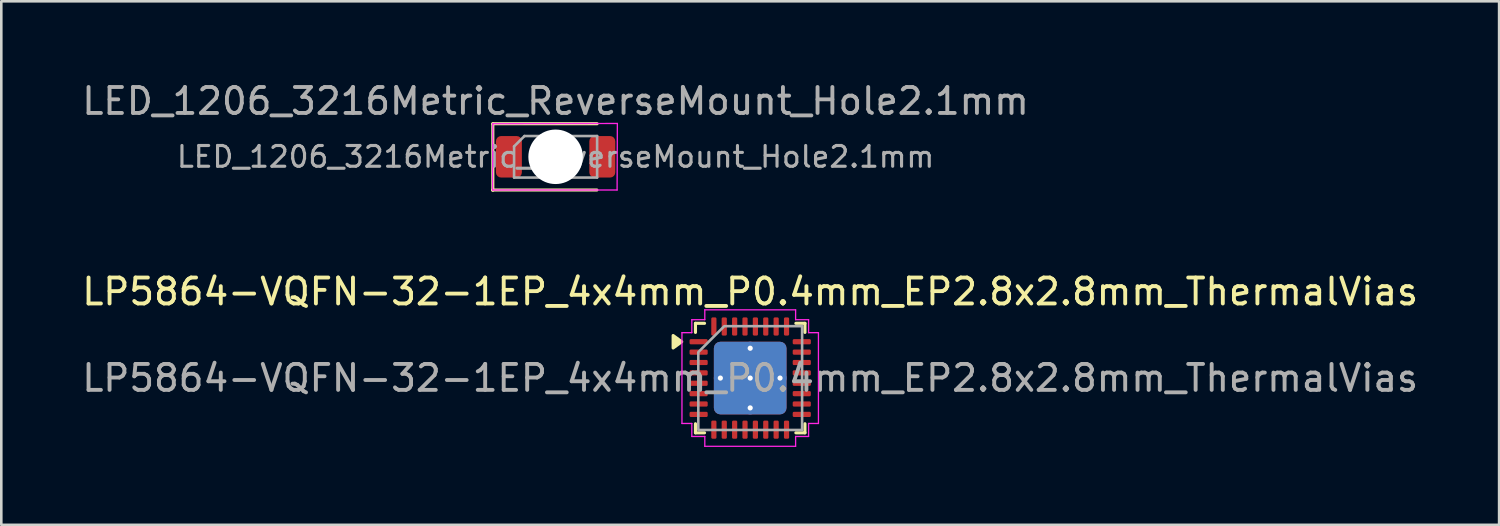
<source format=kicad_pcb>
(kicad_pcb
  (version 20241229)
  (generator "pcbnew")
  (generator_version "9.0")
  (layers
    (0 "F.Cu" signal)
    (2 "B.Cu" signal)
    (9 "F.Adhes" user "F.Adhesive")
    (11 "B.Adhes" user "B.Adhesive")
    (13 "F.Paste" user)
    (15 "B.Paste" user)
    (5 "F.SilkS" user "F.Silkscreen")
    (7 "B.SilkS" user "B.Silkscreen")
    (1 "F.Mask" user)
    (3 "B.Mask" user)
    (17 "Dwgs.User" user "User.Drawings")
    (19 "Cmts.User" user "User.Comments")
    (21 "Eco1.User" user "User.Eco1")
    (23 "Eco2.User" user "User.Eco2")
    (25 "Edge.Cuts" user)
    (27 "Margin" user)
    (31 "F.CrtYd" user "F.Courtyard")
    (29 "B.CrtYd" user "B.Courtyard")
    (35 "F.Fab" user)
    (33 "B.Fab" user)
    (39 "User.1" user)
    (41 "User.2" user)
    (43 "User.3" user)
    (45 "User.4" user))
  (footprint "LP5864-VQFN-32-1EP_4x4mm_P0.4mm_EP2.8x2.8mm_ThermalVias"
    (layer "F.Cu")
    (at 25.863 11.521)
    (property "Reference" "LP5864-VQFN-32-1EP_4x4mm_P0.4mm_EP2.8x2.8mm_ThermalVias" (at 0 -3.33 0) (layer "F.SilkS") (effects (font (size 1 1) (thickness 0.15))))
    (attr smd)
    (fp_line (start -2.11 -2.11) (end -1.76 -2.11) (stroke (width 0.12) (type solid)) (layer "F.SilkS"))
    (fp_line (start -2.11 -1.76) (end -2.11 -2.11) (stroke (width 0.12) (type solid)) (layer "F.SilkS"))
    (fp_line (start -2.11 2.11) (end -2.11 1.76) (stroke (width 0.12) (type solid)) (layer "F.SilkS"))
    (fp_line (start -1.76 2.11) (end -2.11 2.11) (stroke (width 0.12) (type solid)) (layer "F.SilkS"))
    (fp_line (start 1.76 -2.11) (end 2.11 -2.11) (stroke (width 0.12) (type solid)) (layer "F.SilkS"))
    (fp_line (start 2.11 -2.11) (end 2.11 -1.76) (stroke (width 0.12) (type solid)) (layer "F.SilkS"))
    (fp_line (start 2.11 1.76) (end 2.11 2.11) (stroke (width 0.12) (type solid)) (layer "F.SilkS"))
    (fp_line (start 2.11 2.11) (end 1.76 2.11) (stroke (width 0.12) (type solid)) (layer "F.SilkS"))
    (fp_poly (pts (xy -2.64 -1.4) (xy -2.97 -1.16) (xy -2.97 -1.64)) (stroke (width 0.12) (type solid)) (fill yes) (layer "F.SilkS"))
    (fp_line (start -2.63 -1.75) (end -2.25 -1.75) (stroke (width 0.05) (type solid)) (layer "F.CrtYd"))
    (fp_line (start -2.63 1.75) (end -2.63 -1.75) (stroke (width 0.05) (type solid)) (layer "F.CrtYd"))
    (fp_line (start -2.25 -2.25) (end -1.75 -2.25) (stroke (width 0.05) (type solid)) (layer "F.CrtYd"))
    (fp_line (start -2.25 -1.75) (end -2.25 -2.25) (stroke (width 0.05) (type solid)) (layer "F.CrtYd"))
    (fp_line (start -2.25 1.75) (end -2.63 1.75) (stroke (width 0.05) (type solid)) (layer "F.CrtYd"))
    (fp_line (start -2.25 2.25) (end -2.25 1.75) (stroke (width 0.05) (type solid)) (layer "F.CrtYd"))
    (fp_line (start -1.75 -2.63) (end 1.75 -2.63) (stroke (width 0.05) (type solid)) (layer "F.CrtYd"))
    (fp_line (start -1.75 -2.25) (end -1.75 -2.63) (stroke (width 0.05) (type solid)) (layer "F.CrtYd"))
    (fp_line (start -1.75 2.25) (end -2.25 2.25) (stroke (width 0.05) (type solid)) (layer "F.CrtYd"))
    (fp_line (start -1.75 2.63) (end -1.75 2.25) (stroke (width 0.05) (type solid)) (layer "F.CrtYd"))
    (fp_line (start 1.75 -2.63) (end 1.75 -2.25) (stroke (width 0.05) (type solid)) (layer "F.CrtYd"))
    (fp_line (start 1.75 -2.25) (end 2.25 -2.25) (stroke (width 0.05) (type solid)) (layer "F.CrtYd"))
    (fp_line (start 1.75 2.25) (end 1.75 2.63) (stroke (width 0.05) (type solid)) (layer "F.CrtYd"))
    (fp_line (start 1.75 2.63) (end -1.75 2.63) (stroke (width 0.05) (type solid)) (layer "F.CrtYd"))
    (fp_line (start 2.25 -2.25) (end 2.25 -1.75) (stroke (width 0.05) (type solid)) (layer "F.CrtYd"))
    (fp_line (start 2.25 -1.75) (end 2.63 -1.75) (stroke (width 0.05) (type solid)) (layer "F.CrtYd"))
    (fp_line (start 2.25 1.75) (end 2.25 2.25) (stroke (width 0.05) (type solid)) (layer "F.CrtYd"))
    (fp_line (start 2.25 2.25) (end 1.75 2.25) (stroke (width 0.05) (type solid)) (layer "F.CrtYd"))
    (fp_line (start 2.63 -1.75) (end 2.63 1.75) (stroke (width 0.05) (type solid)) (layer "F.CrtYd"))
    (fp_line (start 2.63 1.75) (end 2.25 1.75) (stroke (width 0.05) (type solid)) (layer "F.CrtYd"))
    (fp_poly (pts (xy -1 -2) (xy 2 -2) (xy 2 2) (xy -2 2) (xy -2 -1)) (stroke (width 0.1) (type solid)) (fill no) (layer "F.Fab"))
    (fp_text user "${REFERENCE}" (at 0 0 0) (layer "F.Fab") (effects (font (size 1 1) (thickness 0.15))))
    (pad "" smd roundrect (at -0.7 -0.7) (size 1.17 1.17) (layers "F.Paste") (roundrect_rratio 0.214))
    (pad "" smd roundrect (at -0.7 0.7) (size 1.17 1.17) (layers "F.Paste") (roundrect_rratio 0.214))
    (pad "" smd roundrect (at 0.7 -0.7) (size 1.17 1.17) (layers "F.Paste") (roundrect_rratio 0.214))
    (pad "" smd roundrect (at 0.7 0.7) (size 1.17 1.17) (layers "F.Paste") (roundrect_rratio 0.214))
    (pad "1" smd roundrect (at -1.988 -1.4) (size 0.7 0.2) (layers "F.Cu" "F.Mask" "F.Paste") (roundrect_rratio 0.25))
    (pad "2" smd roundrect (at -1.988 -1) (size 0.7 0.2) (layers "F.Cu" "F.Mask" "F.Paste") (roundrect_rratio 0.25))
    (pad "3" smd roundrect (at -1.988 -0.6) (size 0.7 0.2) (layers "F.Cu" "F.Mask" "F.Paste") (roundrect_rratio 0.25))
    (pad "4" smd roundrect (at -1.988 -0.2) (size 0.7 0.2) (layers "F.Cu" "F.Mask" "F.Paste") (roundrect_rratio 0.25))
    (pad "5" smd roundrect (at -1.988 0.2) (size 0.7 0.2) (layers "F.Cu" "F.Mask" "F.Paste") (roundrect_rratio 0.25))
    (pad "6" smd roundrect (at -1.988 0.6) (size 0.7 0.2) (layers "F.Cu" "F.Mask" "F.Paste") (roundrect_rratio 0.25))
    (pad "7" smd roundrect (at -1.988 1) (size 0.7 0.2) (layers "F.Cu" "F.Mask" "F.Paste") (roundrect_rratio 0.25))
    (pad "8" smd roundrect (at -1.988 1.4) (size 0.7 0.2) (layers "F.Cu" "F.Mask" "F.Paste") (roundrect_rratio 0.25))
    (pad "9" smd roundrect (at -1.4 1.988) (size 0.2 0.7) (layers "F.Cu" "F.Mask" "F.Paste") (roundrect_rratio 0.25))
    (pad "10" smd roundrect (at -1 1.988) (size 0.2 0.7) (layers "F.Cu" "F.Mask" "F.Paste") (roundrect_rratio 0.25))
    (pad "11" smd roundrect (at -0.6 1.988) (size 0.2 0.7) (layers "F.Cu" "F.Mask" "F.Paste") (roundrect_rratio 0.25))
    (pad "12" smd roundrect (at -0.2 1.988) (size 0.2 0.7) (layers "F.Cu" "F.Mask" "F.Paste") (roundrect_rratio 0.25))
    (pad "13" smd roundrect (at 0.2 1.988) (size 0.2 0.7) (layers "F.Cu" "F.Mask" "F.Paste") (roundrect_rratio 0.25))
    (pad "14" smd roundrect (at 0.6 1.988) (size 0.2 0.7) (layers "F.Cu" "F.Mask" "F.Paste") (roundrect_rratio 0.25))
    (pad "15" smd roundrect (at 1 1.988) (size 0.2 0.7) (layers "F.Cu" "F.Mask" "F.Paste") (roundrect_rratio 0.25))
    (pad "16" smd roundrect (at 1.4 1.988) (size 0.2 0.7) (layers "F.Cu" "F.Mask" "F.Paste") (roundrect_rratio 0.25))
    (pad "17" smd roundrect (at 1.988 1.4) (size 0.7 0.2) (layers "F.Cu" "F.Mask" "F.Paste") (roundrect_rratio 0.25))
    (pad "18" smd roundrect (at 1.988 1) (size 0.7 0.2) (layers "F.Cu" "F.Mask" "F.Paste") (roundrect_rratio 0.25))
    (pad "19" smd roundrect (at 1.988 0.6) (size 0.7 0.2) (layers "F.Cu" "F.Mask" "F.Paste") (roundrect_rratio 0.25))
    (pad "20" smd roundrect (at 1.988 0.2) (size 0.7 0.2) (layers "F.Cu" "F.Mask" "F.Paste") (roundrect_rratio 0.25))
    (pad "21" smd roundrect (at 1.988 -0.2) (size 0.7 0.2) (layers "F.Cu" "F.Mask" "F.Paste") (roundrect_rratio 0.25))
    (pad "22" smd roundrect (at 1.988 -0.6) (size 0.7 0.2) (layers "F.Cu" "F.Mask" "F.Paste") (roundrect_rratio 0.25))
    (pad "23" smd roundrect (at 1.988 -1) (size 0.7 0.2) (layers "F.Cu" "F.Mask" "F.Paste") (roundrect_rratio 0.25))
    (pad "24" smd roundrect (at 1.988 -1.4) (size 0.7 0.2) (layers "F.Cu" "F.Mask" "F.Paste") (roundrect_rratio 0.25))
    (pad "25" smd roundrect (at 1.4 -1.988) (size 0.2 0.7) (layers "F.Cu" "F.Mask" "F.Paste") (roundrect_rratio 0.25))
    (pad "26" smd roundrect (at 1 -1.988) (size 0.2 0.7) (layers "F.Cu" "F.Mask" "F.Paste") (roundrect_rratio 0.25))
    (pad "27" smd roundrect (at 0.6 -1.988) (size 0.2 0.7) (layers "F.Cu" "F.Mask" "F.Paste") (roundrect_rratio 0.25))
    (pad "28" smd roundrect (at 0.2 -1.988) (size 0.2 0.7) (layers "F.Cu" "F.Mask" "F.Paste") (roundrect_rratio 0.25))
    (pad "29" smd roundrect (at -0.2 -1.988) (size 0.2 0.7) (layers "F.Cu" "F.Mask" "F.Paste") (roundrect_rratio 0.25))
    (pad "30" smd roundrect (at -0.6 -1.988) (size 0.2 0.7) (layers "F.Cu" "F.Mask" "F.Paste") (roundrect_rratio 0.25))
    (pad "31" smd roundrect (at -1 -1.988) (size 0.2 0.7) (layers "F.Cu" "F.Mask" "F.Paste") (roundrect_rratio 0.25))
    (pad "32" smd roundrect (at -1.4 -1.988) (size 0.2 0.7) (layers "F.Cu" "F.Mask" "F.Paste") (roundrect_rratio 0.25))
    (pad "33" thru_hole circle (at -1.15 0) (size 0.5 0.5) (drill 0.2) (property pad_prop_heatsink) (layers "*.Cu"))
    (pad "33" thru_hole circle (at 0 -1.15) (size 0.5 0.5) (drill 0.2) (property pad_prop_heatsink) (layers "*.Cu"))
    (pad "33" thru_hole circle (at 0 0) (size 0.5 0.5) (drill 0.2) (property pad_prop_heatsink) (layers "*.Cu"))
    (pad "33" smd roundrect (at 0 0) (size 2.8 2.8) (property pad_prop_heatsink) (layers "F.Cu" "F.Mask") (roundrect_rratio 0.089))
    (pad "33" smd roundrect (at 0 0) (size 2.8 2.8) (property pad_prop_heatsink) (layers "B.Cu") (roundrect_rratio 0.089))
    (pad "33" thru_hole circle (at 0 1.15) (size 0.5 0.5) (drill 0.2) (property pad_prop_heatsink) (layers "*.Cu"))
    (pad "33" thru_hole circle (at 1.15 0) (size 0.5 0.5) (drill 0.2) (property pad_prop_heatsink) (layers "*.Cu")))
  (footprint "LED_1206_3216Metric_ReverseMount_Hole2.1mm"
    (layer "F.Cu")
    (at 18.363 2.993)
    (property "Reference" "LED_1206_3216Metric_ReverseMount_Hole2.1mm" (at 0 -2.145 0) (layer "F.Fab") (effects (font (size 1 1) (thickness 0.15))))
    (attr smd)
    (fp_line (start -2.43 1.28) (end 1.59 1.28) (stroke (width 0.12) (type solid)) (layer "F.SilkS"))
    (fp_line (start -2.42 -1.27) (end -2.42 1.29) (stroke (width 0.12) (type solid)) (layer "F.SilkS"))
    (fp_line (start 1.599 -1.275) (end -2.421 -1.275) (stroke (width 0.12) (type solid)) (layer "F.SilkS"))
    (fp_line (start -2.43 1.28) (end -2.421 -1.275) (stroke (width 0.05) (type solid)) (layer "F.CrtYd"))
    (fp_line (start -2.42 -1.275) (end 2.38 -1.285) (stroke (width 0.05) (type solid)) (layer "F.CrtYd"))
    (fp_line (start 2.37 1.28) (end -2.43 1.28) (stroke (width 0.05) (type solid)) (layer "F.CrtYd"))
    (fp_line (start 2.38 -1.285) (end 2.37 1.28) (stroke (width 0.05) (type solid)) (layer "F.CrtYd"))
    (fp_line (start -1.6 -0.4) (end -1.6 0.8) (stroke (width 0.1) (type solid)) (layer "F.Fab"))
    (fp_line (start -1.6 0.8) (end 1.6 0.8) (stroke (width 0.1) (type solid)) (layer "F.Fab"))
    (fp_line (start -1.2 -0.8) (end -1.6 -0.4) (stroke (width 0.1) (type solid)) (layer "F.Fab"))
    (fp_line (start 1.6 -0.8) (end -1.2 -0.8) (stroke (width 0.1) (type solid)) (layer "F.Fab"))
    (fp_line (start 1.6 0.8) (end 1.6 -0.8) (stroke (width 0.1) (type solid)) (layer "F.Fab"))
    (fp_text user "${REFERENCE}" (at 0 0 0) (layer "F.Fab") (effects (font (size 0.8 0.8) (thickness 0.12))))
    (pad "" np_thru_hole circle (at 0 0) (size 2.1 2.1) (drill 2.1) (layers "*.Cu" "*.Mask"))
    (pad "1" smd roundrect (at -1.8 0) (size 1 1.6) (layers "F.Cu" "F.Mask" "F.Paste") (roundrect_rratio 0.2))
    (pad "2" smd roundrect (at 1.8 0) (size 1 1.6) (layers "F.Cu" "F.Mask" "F.Paste") (roundrect_rratio 0.2)))
  (gr_rect
    (start -3 -3)
    (end 54.726 17.177)
    (stroke (width 0.1) (type default))
    (fill no)
    (layer "Edge.Cuts")))
</source>
